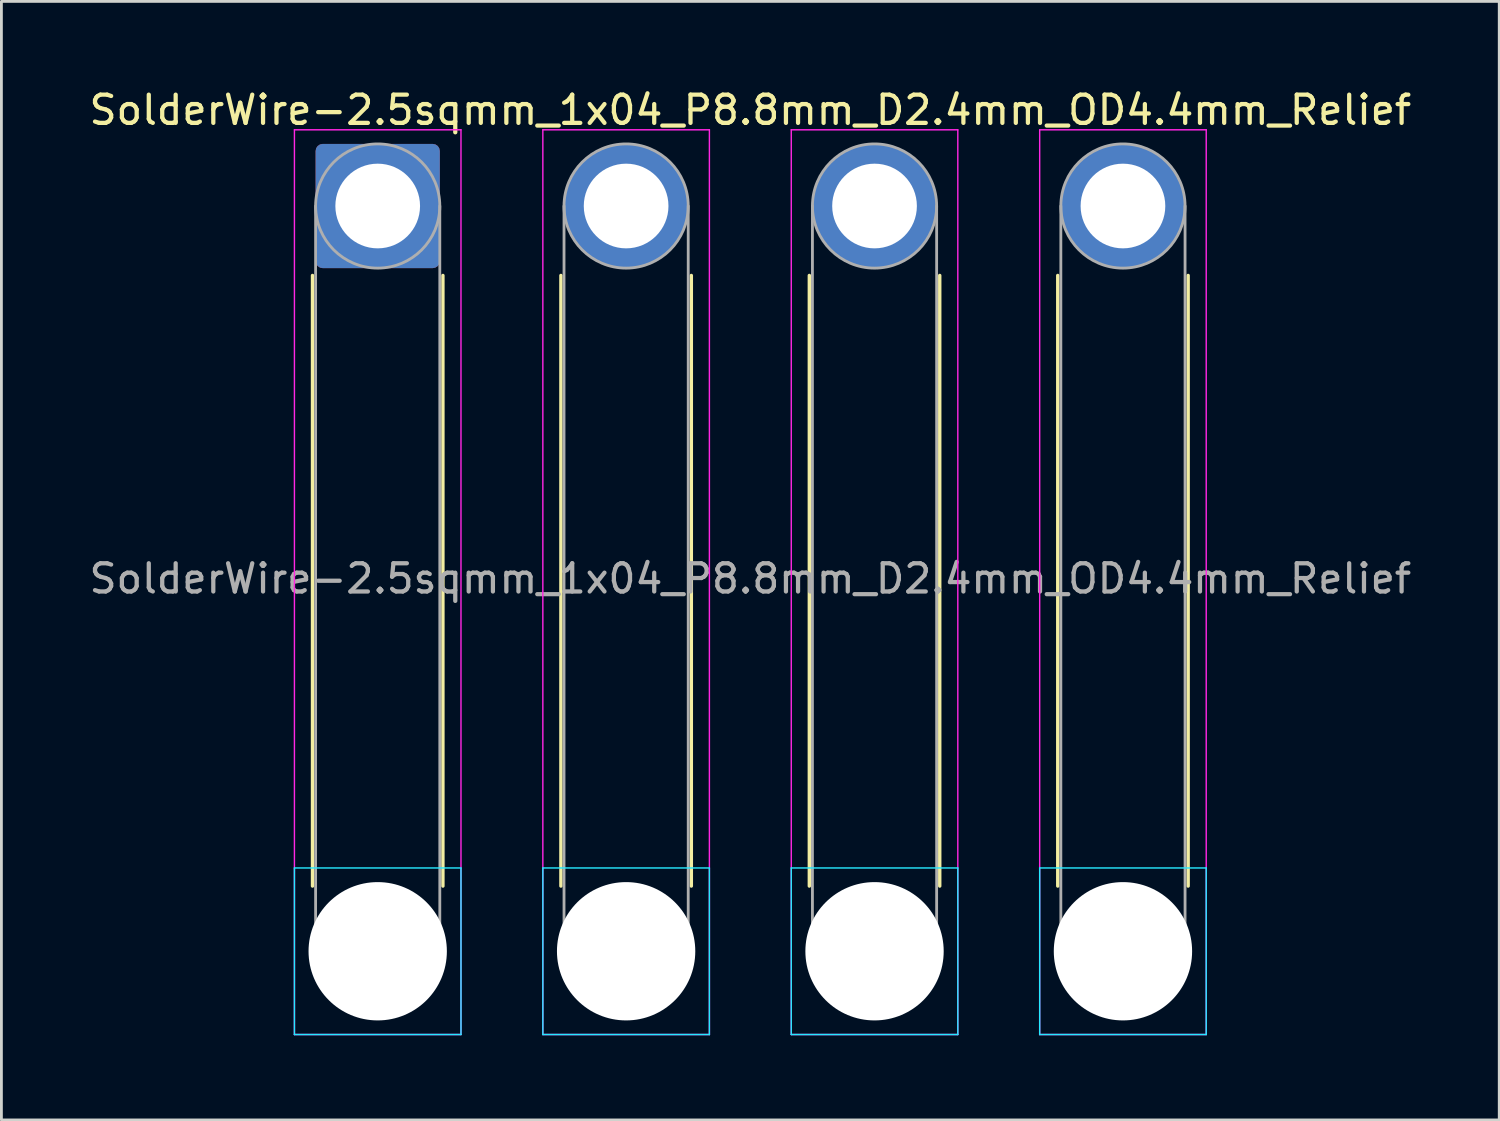
<source format=kicad_pcb>
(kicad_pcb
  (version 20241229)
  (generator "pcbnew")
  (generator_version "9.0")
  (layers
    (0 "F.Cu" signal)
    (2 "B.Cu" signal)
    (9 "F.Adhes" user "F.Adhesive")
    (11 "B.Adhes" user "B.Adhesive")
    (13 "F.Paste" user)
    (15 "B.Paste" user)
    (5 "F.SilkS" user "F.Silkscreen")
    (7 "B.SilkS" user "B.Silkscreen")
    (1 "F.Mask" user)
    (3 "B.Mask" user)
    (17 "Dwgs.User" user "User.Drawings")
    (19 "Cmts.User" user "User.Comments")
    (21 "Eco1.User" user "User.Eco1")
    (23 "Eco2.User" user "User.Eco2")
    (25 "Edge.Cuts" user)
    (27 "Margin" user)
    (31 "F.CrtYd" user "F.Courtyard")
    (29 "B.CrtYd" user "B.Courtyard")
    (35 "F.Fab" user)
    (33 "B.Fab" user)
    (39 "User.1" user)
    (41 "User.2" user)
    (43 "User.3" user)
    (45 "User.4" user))
  (footprint "SolderWire-2.5sqmm_1x04_P8.8mm_D2.4mm_OD4.4mm_Relief"
    (layer "F.Cu")
    (at 10.33 4.248)
    (property "Reference" "SolderWire-2.5sqmm_1x04_P8.8mm_D2.4mm_OD4.4mm_Relief" (at 13.2 -3.4 0) (layer "F.SilkS") (effects (font (size 1 1) (thickness 0.15))))
    (attr exclude_from_pos_files exclude_from_bom)
    (fp_line (start -2.31 2.46) (end -2.31 24.09) (stroke (width 0.12) (type solid)) (layer "F.SilkS"))
    (fp_line (start 2.31 2.46) (end 2.31 24.09) (stroke (width 0.12) (type solid)) (layer "F.SilkS"))
    (fp_line (start 6.49 2.46) (end 6.49 24.09) (stroke (width 0.12) (type solid)) (layer "F.SilkS"))
    (fp_line (start 11.11 2.46) (end 11.11 24.09) (stroke (width 0.12) (type solid)) (layer "F.SilkS"))
    (fp_line (start 15.29 2.46) (end 15.29 24.09) (stroke (width 0.12) (type solid)) (layer "F.SilkS"))
    (fp_line (start 19.91 2.46) (end 19.91 24.09) (stroke (width 0.12) (type solid)) (layer "F.SilkS"))
    (fp_line (start 24.09 2.46) (end 24.09 24.09) (stroke (width 0.12) (type solid)) (layer "F.SilkS"))
    (fp_line (start 28.71 2.46) (end 28.71 24.09) (stroke (width 0.12) (type solid)) (layer "F.SilkS"))
    (fp_line (start -2.95 23.45) (end -2.95 29.35) (stroke (width 0.05) (type solid)) (layer "B.CrtYd"))
    (fp_line (start -2.95 29.35) (end 2.95 29.35) (stroke (width 0.05) (type solid)) (layer "B.CrtYd"))
    (fp_line (start 2.95 23.45) (end -2.95 23.45) (stroke (width 0.05) (type solid)) (layer "B.CrtYd"))
    (fp_line (start 2.95 29.35) (end 2.95 23.45) (stroke (width 0.05) (type solid)) (layer "B.CrtYd"))
    (fp_line (start 5.85 23.45) (end 5.85 29.35) (stroke (width 0.05) (type solid)) (layer "B.CrtYd"))
    (fp_line (start 5.85 29.35) (end 11.75 29.35) (stroke (width 0.05) (type solid)) (layer "B.CrtYd"))
    (fp_line (start 11.75 23.45) (end 5.85 23.45) (stroke (width 0.05) (type solid)) (layer "B.CrtYd"))
    (fp_line (start 11.75 29.35) (end 11.75 23.45) (stroke (width 0.05) (type solid)) (layer "B.CrtYd"))
    (fp_line (start 14.65 23.45) (end 14.65 29.35) (stroke (width 0.05) (type solid)) (layer "B.CrtYd"))
    (fp_line (start 14.65 29.35) (end 20.55 29.35) (stroke (width 0.05) (type solid)) (layer "B.CrtYd"))
    (fp_line (start 20.55 23.45) (end 14.65 23.45) (stroke (width 0.05) (type solid)) (layer "B.CrtYd"))
    (fp_line (start 20.55 29.35) (end 20.55 23.45) (stroke (width 0.05) (type solid)) (layer "B.CrtYd"))
    (fp_line (start 23.45 23.45) (end 23.45 29.35) (stroke (width 0.05) (type solid)) (layer "B.CrtYd"))
    (fp_line (start 23.45 29.35) (end 29.35 29.35) (stroke (width 0.05) (type solid)) (layer "B.CrtYd"))
    (fp_line (start 29.35 23.45) (end 23.45 23.45) (stroke (width 0.05) (type solid)) (layer "B.CrtYd"))
    (fp_line (start 29.35 29.35) (end 29.35 23.45) (stroke (width 0.05) (type solid)) (layer "B.CrtYd"))
    (fp_line (start -2.95 -2.7) (end -2.95 29.35) (stroke (width 0.05) (type solid)) (layer "F.CrtYd"))
    (fp_line (start -2.95 29.35) (end 2.95 29.35) (stroke (width 0.05) (type solid)) (layer "F.CrtYd"))
    (fp_line (start 2.95 -2.7) (end -2.95 -2.7) (stroke (width 0.05) (type solid)) (layer "F.CrtYd"))
    (fp_line (start 2.95 29.35) (end 2.95 -2.7) (stroke (width 0.05) (type solid)) (layer "F.CrtYd"))
    (fp_line (start 5.85 -2.7) (end 5.85 29.35) (stroke (width 0.05) (type solid)) (layer "F.CrtYd"))
    (fp_line (start 5.85 29.35) (end 11.75 29.35) (stroke (width 0.05) (type solid)) (layer "F.CrtYd"))
    (fp_line (start 11.75 -2.7) (end 5.85 -2.7) (stroke (width 0.05) (type solid)) (layer "F.CrtYd"))
    (fp_line (start 11.75 29.35) (end 11.75 -2.7) (stroke (width 0.05) (type solid)) (layer "F.CrtYd"))
    (fp_line (start 14.65 -2.7) (end 14.65 29.35) (stroke (width 0.05) (type solid)) (layer "F.CrtYd"))
    (fp_line (start 14.65 29.35) (end 20.55 29.35) (stroke (width 0.05) (type solid)) (layer "F.CrtYd"))
    (fp_line (start 20.55 -2.7) (end 14.65 -2.7) (stroke (width 0.05) (type solid)) (layer "F.CrtYd"))
    (fp_line (start 20.55 29.35) (end 20.55 -2.7) (stroke (width 0.05) (type solid)) (layer "F.CrtYd"))
    (fp_line (start 23.45 -2.7) (end 23.45 29.35) (stroke (width 0.05) (type solid)) (layer "F.CrtYd"))
    (fp_line (start 23.45 29.35) (end 29.35 29.35) (stroke (width 0.05) (type solid)) (layer "F.CrtYd"))
    (fp_line (start 29.35 -2.7) (end 23.45 -2.7) (stroke (width 0.05) (type solid)) (layer "F.CrtYd"))
    (fp_line (start 29.35 29.35) (end 29.35 -2.7) (stroke (width 0.05) (type solid)) (layer "F.CrtYd"))
    (fp_line (start -2.2 0) (end -2.2 26.4) (stroke (width 0.1) (type solid)) (layer "F.Fab"))
    (fp_line (start 2.2 0) (end 2.2 26.4) (stroke (width 0.1) (type solid)) (layer "F.Fab"))
    (fp_line (start 6.6 0) (end 6.6 26.4) (stroke (width 0.1) (type solid)) (layer "F.Fab"))
    (fp_line (start 11 0) (end 11 26.4) (stroke (width 0.1) (type solid)) (layer "F.Fab"))
    (fp_line (start 15.4 0) (end 15.4 26.4) (stroke (width 0.1) (type solid)) (layer "F.Fab"))
    (fp_line (start 19.8 0) (end 19.8 26.4) (stroke (width 0.1) (type solid)) (layer "F.Fab"))
    (fp_line (start 24.2 0) (end 24.2 26.4) (stroke (width 0.1) (type solid)) (layer "F.Fab"))
    (fp_line (start 28.6 0) (end 28.6 26.4) (stroke (width 0.1) (type solid)) (layer "F.Fab"))
    (fp_circle (center 0 0) (end 2.2 0) (stroke (width 0.1) (type solid)) (fill no) (layer "F.Fab"))
    (fp_circle (center 0 26.4) (end 2.2 26.4) (stroke (width 0.1) (type solid)) (fill no) (layer "F.Fab"))
    (fp_circle (center 8.8 0) (end 11 0) (stroke (width 0.1) (type solid)) (fill no) (layer "F.Fab"))
    (fp_circle (center 8.8 26.4) (end 11 26.4) (stroke (width 0.1) (type solid)) (fill no) (layer "F.Fab"))
    (fp_circle (center 17.6 0) (end 19.8 0) (stroke (width 0.1) (type solid)) (fill no) (layer "F.Fab"))
    (fp_circle (center 17.6 26.4) (end 19.8 26.4) (stroke (width 0.1) (type solid)) (fill no) (layer "F.Fab"))
    (fp_circle (center 26.4 0) (end 28.6 0) (stroke (width 0.1) (type solid)) (fill no) (layer "F.Fab"))
    (fp_circle (center 26.4 26.4) (end 28.6 26.4) (stroke (width 0.1) (type solid)) (fill no) (layer "F.Fab"))
    (fp_text user "${REFERENCE}" (at 13.2 13.2 0) (layer "F.Fab") (effects (font (size 1 1) (thickness 0.15))))
    (pad "" np_thru_hole circle (at 0 26.4) (size 4.9 4.9) (drill 4.9) (layers "*.Cu" "*.Mask"))
    (pad "" np_thru_hole circle (at 8.8 26.4) (size 4.9 4.9) (drill 4.9) (layers "*.Cu" "*.Mask"))
    (pad "" np_thru_hole circle (at 17.6 26.4) (size 4.9 4.9) (drill 4.9) (layers "*.Cu" "*.Mask"))
    (pad "" np_thru_hole circle (at 26.4 26.4) (size 4.9 4.9) (drill 4.9) (layers "*.Cu" "*.Mask"))
    (pad "1" thru_hole roundrect (at 0 0) (size 4.4 4.4) (drill 3) (layers "*.Cu" "*.Mask") (roundrect_rratio 0.057))
    (pad "2" thru_hole circle (at 8.8 0) (size 4.4 4.4) (drill 3) (layers "*.Cu" "*.Mask"))
    (pad "3" thru_hole circle (at 17.6 0) (size 4.4 4.4) (drill 3) (layers "*.Cu" "*.Mask"))
    (pad "4" thru_hole circle (at 26.4 0) (size 4.4 4.4) (drill 3) (layers "*.Cu" "*.Mask")))
  (gr_rect
    (start -3 -3)
    (end 50.06 36.623)
    (stroke (width 0.1) (type default))
    (fill no)
    (layer "Edge.Cuts")))
</source>
